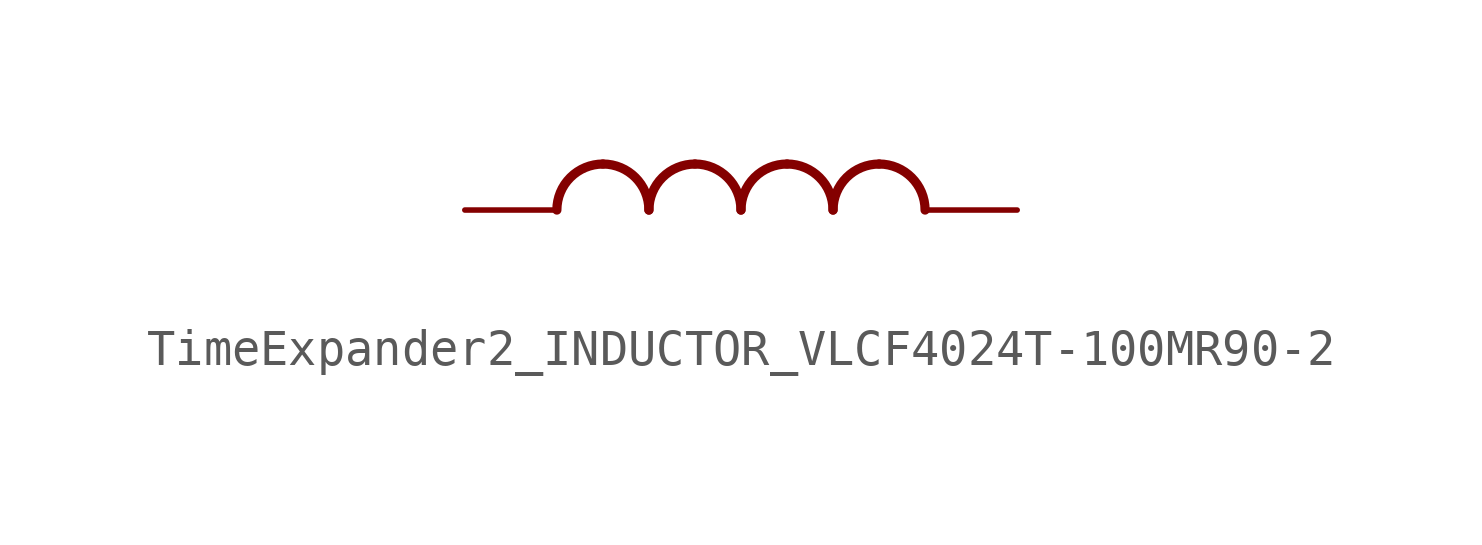
<source format=kicad_sym>
(kicad_symbol_lib
  (version 20231120)
  (generator "kicad_symbol_editor")
  (generator_version "8.0")
  (symbol "TimeExpander2_INDUCTOR_VLCF4024T-100MR90-2"
    (property "Reference" ""
      (at 2.54 5.08 0)
      (effects (font (size 1.27 1.079)) (justify left bottom) (hide yes)))
    (property "Value" ""
      (at 2.54 0 0)
      (effects (font (size 1.27 1.079)) (justify left bottom)))
    (property "ki_locked" ""
      (at 0 0 0)
      (effects (font (size 1.27 1.27))))
    (symbol "TimeExpander2_INDUCTOR_VLCF4024T-100MR90-2_1_0"
      (arc (start 1.27 3.81) (mid 0.372 3.438) (end 0 2.54) (stroke (width 0.254) (type solid)) (fill (type none)))
      (arc (start 2.54 2.54) (mid 2.168 3.438) (end 1.27 3.81) (stroke (width 0.254) (type solid)) (fill (type none)))
      (arc (start 3.81 3.81) (mid 2.912 3.438) (end 2.54 2.54) (stroke (width 0.254) (type solid)) (fill (type none)))
      (arc (start 5.08 2.54) (mid 4.708 3.438) (end 3.81 3.81) (stroke (width 0.254) (type solid)) (fill (type none)))
      (arc (start 6.35 3.81) (mid 5.452 3.438) (end 5.08 2.54) (stroke (width 0.254) (type solid)) (fill (type none)))
      (arc (start 7.62 2.54) (mid 7.248 3.438) (end 6.35 3.81) (stroke (width 0.254) (type solid)) (fill (type none)))
      (arc (start 8.89 3.81) (mid 7.992 3.438) (end 7.62 2.54) (stroke (width 0.254) (type solid)) (fill (type none)))
      (arc (start 10.16 2.54) (mid 9.788 3.438) (end 8.89 3.81) (stroke (width 0.254) (type solid)) (fill (type none)))
      (pin passive line (at -2.54 2.54 0) (length 2.54) (name "1" (effects (font (size 0 0)))) (number "1" (effects (font (size 0 0)))))
      (pin passive line (at 12.7 2.54 180) (length 2.54) (name "2" (effects (font (size 0 0)))) (number "2" (effects (font (size 0 0))))))))
</source>
